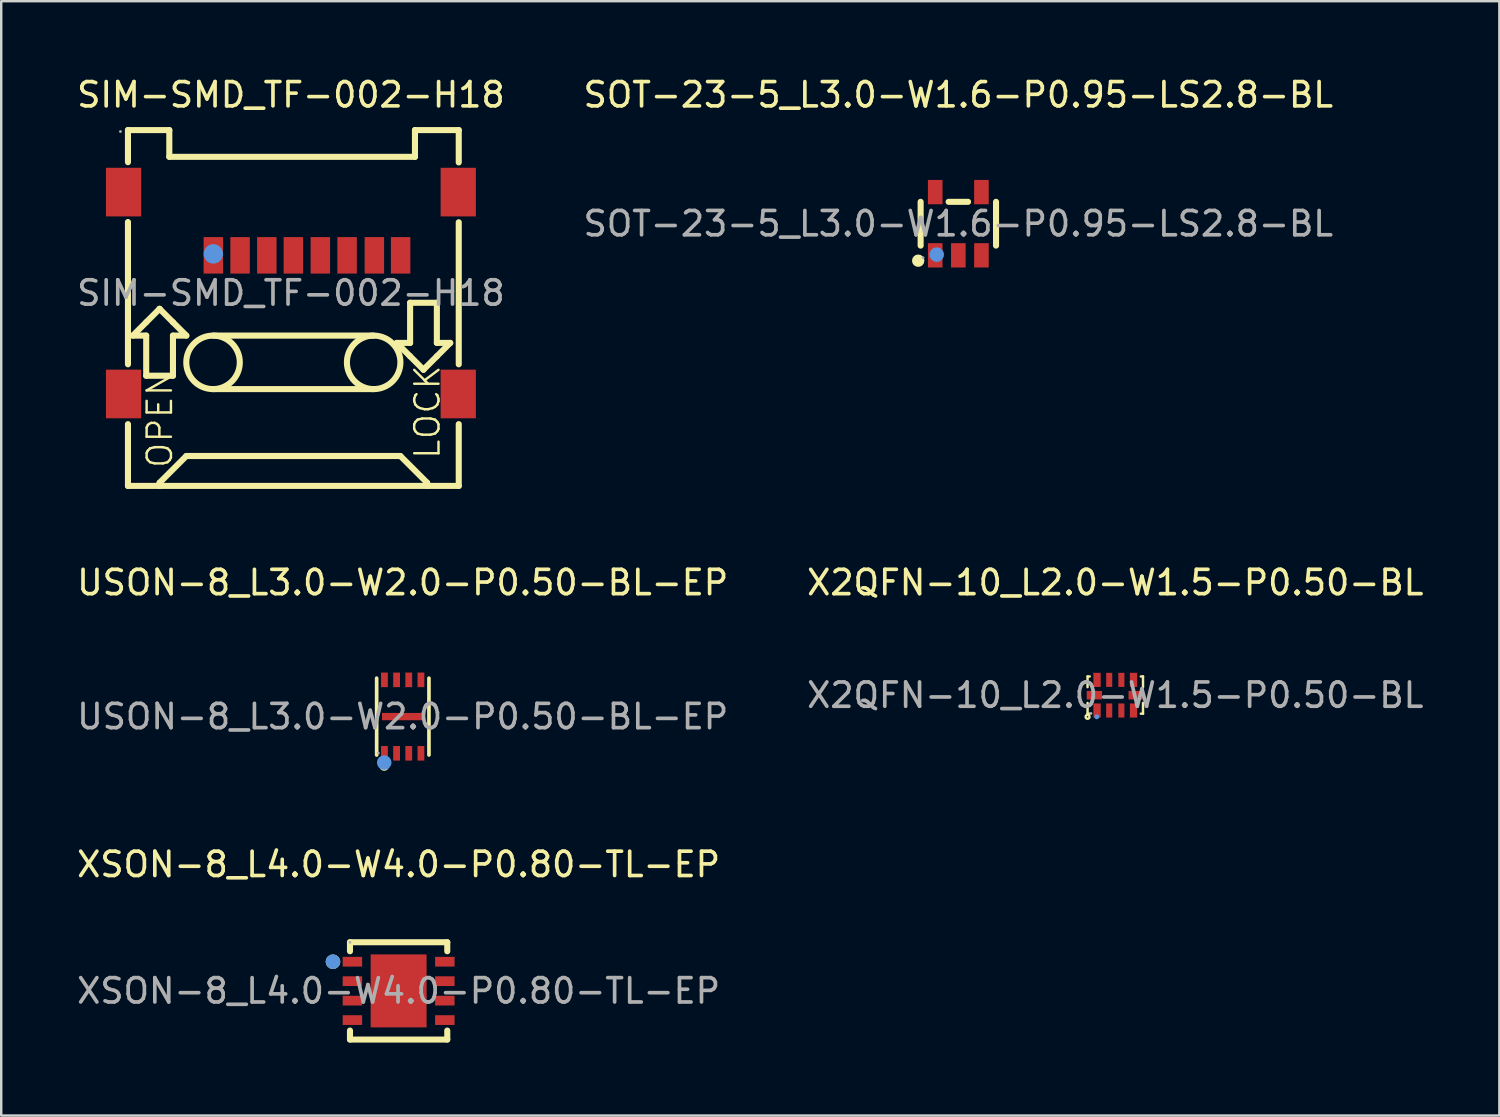
<source format=kicad_pcb>
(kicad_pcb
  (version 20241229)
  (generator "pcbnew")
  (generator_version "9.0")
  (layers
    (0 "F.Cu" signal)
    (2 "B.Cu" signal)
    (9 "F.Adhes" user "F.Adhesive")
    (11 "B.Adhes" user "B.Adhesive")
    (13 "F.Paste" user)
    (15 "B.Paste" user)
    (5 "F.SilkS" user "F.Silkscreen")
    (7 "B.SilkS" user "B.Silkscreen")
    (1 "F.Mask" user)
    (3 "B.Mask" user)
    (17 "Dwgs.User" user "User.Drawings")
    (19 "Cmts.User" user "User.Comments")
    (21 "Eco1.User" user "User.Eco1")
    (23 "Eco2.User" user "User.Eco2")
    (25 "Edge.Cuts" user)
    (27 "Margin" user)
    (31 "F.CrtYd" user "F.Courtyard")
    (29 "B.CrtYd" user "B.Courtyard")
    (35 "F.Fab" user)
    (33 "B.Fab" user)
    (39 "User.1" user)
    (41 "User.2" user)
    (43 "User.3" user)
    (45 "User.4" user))
  (footprint "XSON-8_L4.0-W4.0-P0.80-TL-EP"
    (layer "F.Cu")
    (at 13.339 37.69)
    (property "Reference" "XSON-8_L4.0-W4.0-P0.80-TL-EP" (at 0 -5.2 0) (layer "F.SilkS") (effects (font (size 1 1) (thickness 0.15))))
    (attr smd)
    (fp_line (start -2 -2) (end 2 -2) (stroke (width 0.25) (type solid)) (layer "F.SilkS"))
    (fp_line (start -2 -1.63) (end -2 -2) (stroke (width 0.25) (type solid)) (layer "F.SilkS"))
    (fp_line (start -2 2) (end -2 1.63) (stroke (width 0.25) (type solid)) (layer "F.SilkS"))
    (fp_line (start 2 -2) (end 2 -1.63) (stroke (width 0.25) (type solid)) (layer "F.SilkS"))
    (fp_line (start 2 1.63) (end 2 2) (stroke (width 0.25) (type solid)) (layer "F.SilkS"))
    (fp_line (start 2 2) (end -2 2) (stroke (width 0.25) (type solid)) (layer "F.SilkS"))
    (fp_circle (center -2.7 -1.2) (end -2.55 -1.2) (stroke (width 0.3) (type solid)) (fill no) (layer "F.SilkS"))
    (fp_circle (center -2.7 -1.2) (end -2.55 -1.2) (stroke (width 0.3) (type solid)) (fill no) (layer "Cmts.User"))
    (fp_circle (center -2 -2) (end -1.97 -2) (stroke (width 0.06) (type solid)) (fill no) (layer "F.Fab"))
    (fp_text user "${REFERENCE}" (at 0 0 0) (layer "F.Fab") (effects (font (size 1 1) (thickness 0.15))))
    (pad "1" smd rect (at -1.9 -1.2 90) (size 0.4 0.8) (layers "F.Cu" "F.Mask" "F.Paste"))
    (pad "2" smd rect (at -1.9 -0.4 90) (size 0.4 0.8) (layers "F.Cu" "F.Mask" "F.Paste"))
    (pad "3" smd rect (at -1.9 0.4 90) (size 0.4 0.8) (layers "F.Cu" "F.Mask" "F.Paste"))
    (pad "4" smd rect (at -1.9 1.2 90) (size 0.4 0.8) (layers "F.Cu" "F.Mask" "F.Paste"))
    (pad "5" smd rect (at 1.9 1.2 90) (size 0.4 0.8) (layers "F.Cu" "F.Mask" "F.Paste"))
    (pad "6" smd rect (at 1.9 0.4 270) (size 0.4 0.8) (layers "F.Cu" "F.Mask" "F.Paste"))
    (pad "7" smd rect (at 1.9 -0.4 270) (size 0.4 0.8) (layers "F.Cu" "F.Mask" "F.Paste"))
    (pad "8" smd rect (at 1.9 -1.2 270) (size 0.4 0.8) (layers "F.Cu" "F.Mask" "F.Paste"))
    (pad "9" smd rect (at 0 0 180) (size 2.3 3) (layers "F.Cu" "F.Mask" "F.Paste")))
  (footprint "SOT-23-5_L3.0-W1.6-P0.95-LS2.8-BL"
    (layer "F.Cu")
    (at 36.351 6.148)
    (property "Reference" "SOT-23-5_L3.0-W1.6-P0.95-LS2.8-BL" (at 0 -5.3 0) (layer "F.SilkS") (effects (font (size 1 1) (thickness 0.15))))
    (attr smd)
    (fp_line (start -1.55 -0.9) (end -1.55 0.9) (stroke (width 0.25) (type solid)) (layer "F.SilkS"))
    (fp_line (start -0.4 -0.9) (end 0.4 -0.9) (stroke (width 0.25) (type solid)) (layer "F.SilkS"))
    (fp_line (start 1.55 -0.9) (end 1.55 0.9) (stroke (width 0.25) (type solid)) (layer "F.SilkS"))
    (fp_circle (center -1.65 1.52) (end -1.52 1.52) (stroke (width 0.25) (type solid)) (fill no) (layer "F.SilkS"))
    (fp_circle (center -0.89 1.27) (end -0.74 1.27) (stroke (width 0.3) (type solid)) (fill no) (layer "Cmts.User"))
    (fp_circle (center -1.45 1.4) (end -1.42 1.4) (stroke (width 0.06) (type solid)) (fill no) (layer "F.Fab"))
    (fp_text user "${REFERENCE}" (at 0 0 0) (layer "F.Fab") (effects (font (size 1 1) (thickness 0.15))))
    (pad "1" smd rect (at -0.95 1.3 270) (size 1 0.6) (layers "F.Cu" "F.Mask" "F.Paste"))
    (pad "2" smd rect (at 0 1.3 270) (size 1 0.6) (layers "F.Cu" "F.Mask" "F.Paste"))
    (pad "3" smd rect (at 0.95 1.3 270) (size 1 0.6) (layers "F.Cu" "F.Mask" "F.Paste"))
    (pad "4" smd rect (at 0.95 -1.3 270) (size 1 0.6) (layers "F.Cu" "F.Mask" "F.Paste"))
    (pad "5" smd rect (at -0.95 -1.3 270) (size 1 0.6) (layers "F.Cu" "F.Mask" "F.Paste")))
  (footprint "USON-8_L3.0-W2.0-P0.50-BL-EP"
    (layer "F.Cu")
    (at 13.506 26.412)
    (property "Reference" "USON-8_L3.0-W2.0-P0.50-BL-EP" (at 0 -5.51 0) (layer "F.SilkS") (effects (font (size 1 1) (thickness 0.15))))
    (attr smd)
    (fp_line (start -1.07 -1.58) (end -1.07 1.58) (stroke (width 0.15) (type solid)) (layer "F.SilkS"))
    (fp_line (start 1.08 1.58) (end 1.08 -1.58) (stroke (width 0.15) (type solid)) (layer "F.SilkS"))
    (fp_circle (center -0.76 2.03) (end -0.66 2.03) (stroke (width 0.2) (type solid)) (fill no) (layer "F.SilkS"))
    (fp_circle (center -0.76 1.89) (end -0.61 1.89) (stroke (width 0.3) (type solid)) (fill no) (layer "Cmts.User"))
    (fp_circle (center -1 1.5) (end -0.97 1.5) (stroke (width 0.06) (type solid)) (fill no) (layer "F.Fab"))
    (fp_text user "${REFERENCE}" (at 0 0 0) (layer "F.Fab") (effects (font (size 1 1) (thickness 0.15))))
    (pad "1" smd rect (at -0.75 1.51 270) (size 0.6 0.28) (layers "F.Cu" "F.Mask" "F.Paste"))
    (pad "2" smd rect (at -0.25 1.51 270) (size 0.6 0.28) (layers "F.Cu" "F.Mask" "F.Paste"))
    (pad "3" smd rect (at 0.25 1.51 270) (size 0.6 0.28) (layers "F.Cu" "F.Mask" "F.Paste"))
    (pad "4" smd rect (at 0.75 1.51 270) (size 0.6 0.28) (layers "F.Cu" "F.Mask" "F.Paste"))
    (pad "5" smd rect (at 0.75 -1.51 270) (size 0.6 0.28) (layers "F.Cu" "F.Mask" "F.Paste"))
    (pad "6" smd rect (at 0.25 -1.51 270) (size 0.6 0.28) (layers "F.Cu" "F.Mask" "F.Paste"))
    (pad "7" smd rect (at -0.25 -1.51 270) (size 0.6 0.28) (layers "F.Cu" "F.Mask" "F.Paste"))
    (pad "8" smd rect (at -0.75 -1.51 270) (size 0.6 0.28) (layers "F.Cu" "F.Mask" "F.Paste"))
    (pad "9" smd rect (at 0 0 90) (size 0.3 1.7) (layers "F.Cu" "F.Mask" "F.Paste")))
  (footprint "X2QFN-10_L2.0-W1.5-P0.50-BL"
    (layer "F.Cu")
    (at 42.804 25.532)
    (property "Reference" "X2QFN-10_L2.0-W1.5-P0.50-BL" (at 0 -4.63 0) (layer "F.SilkS") (effects (font (size 1 1) (thickness 0.15))))
    (attr smd)
    (fp_line (start -1.14 -0.77) (end -1.14 -0.33) (stroke (width 0.1) (type solid)) (layer "F.SilkS"))
    (fp_line (start -1.14 0.32) (end -1.14 0.76) (stroke (width 0.1) (type solid)) (layer "F.SilkS"))
    (fp_line (start -1.14 0.76) (end -1.05 0.76) (stroke (width 0.1) (type solid)) (layer "F.SilkS"))
    (fp_line (start -1.05 -0.77) (end -1.14 -0.77) (stroke (width 0.1) (type solid)) (layer "F.SilkS"))
    (fp_line (start 1.05 0.76) (end 1.14 0.76) (stroke (width 0.1) (type solid)) (layer "F.SilkS"))
    (fp_line (start 1.14 -0.77) (end 1.05 -0.77) (stroke (width 0.1) (type solid)) (layer "F.SilkS"))
    (fp_line (start 1.14 -0.33) (end 1.14 -0.77) (stroke (width 0.1) (type solid)) (layer "F.SilkS"))
    (fp_line (start 1.14 0.76) (end 1.14 0.32) (stroke (width 0.1) (type solid)) (layer "F.SilkS"))
    (fp_circle (center -1.14 0.89) (end -1.06 0.89) (stroke (width 0.1) (type solid)) (fill no) (layer "F.SilkS"))
    (fp_circle (center -0.76 0.89) (end -0.71 0.89) (stroke (width 0.1) (type solid)) (fill no) (layer "Cmts.User"))
    (fp_circle (center -1 0.75) (end -0.97 0.75) (stroke (width 0.06) (type solid)) (fill no) (layer "F.Fab"))
    (fp_text user "${REFERENCE}" (at 0 0 0) (layer "F.Fab") (effects (font (size 1 1) (thickness 0.15))))
    (pad "1" smd rect (at -0.75 0.63) (size 0.3 0.58) (layers "F.Cu" "F.Mask" "F.Paste"))
    (pad "2" smd rect (at -0.25 0.63) (size 0.25 0.58) (layers "F.Cu" "F.Mask" "F.Paste"))
    (pad "3" smd rect (at 0.25 0.63) (size 0.25 0.58) (layers "F.Cu" "F.Mask" "F.Paste"))
    (pad "4" smd rect (at 0.75 0.63) (size 0.3 0.58) (layers "F.Cu" "F.Mask" "F.Paste"))
    (pad "5" smd rect (at 0.86 0 90) (size 0.35 0.63) (layers "F.Cu" "F.Mask" "F.Paste"))
    (pad "6" smd rect (at 0.75 -0.63) (size 0.3 0.58) (layers "F.Cu" "F.Mask" "F.Paste"))
    (pad "7" smd rect (at 0.25 -0.63) (size 0.25 0.58) (layers "F.Cu" "F.Mask" "F.Paste"))
    (pad "8" smd rect (at -0.25 -0.63) (size 0.25 0.58) (layers "F.Cu" "F.Mask" "F.Paste"))
    (pad "9" smd rect (at -0.75 -0.63) (size 0.3 0.58) (layers "F.Cu" "F.Mask" "F.Paste"))
    (pad "10" smd rect (at -0.86 0 90) (size 0.35 0.63) (layers "F.Cu" "F.Mask" "F.Paste")))
  (footprint "SIM-SMD_TF-002-H18"
    (layer "F.Cu")
    (at 8.911 8.998)
    (property "Reference" "SIM-SMD_TF-002-H18" (at 0 -8.15 0) (layer "F.SilkS") (effects (font (size 1 1) (thickness 0.15))))
    (attr smd)
    (fp_line (start -6.7 -6.7) (end -5 -6.7) (stroke (width 0.25) (type solid)) (layer "F.SilkS"))
    (fp_line (start -6.7 -5.38) (end -6.7 -6.7) (stroke (width 0.25) (type solid)) (layer "F.SilkS"))
    (fp_line (start -6.7 -2.92) (end -6.7 2.93) (stroke (width 0.25) (type solid)) (layer "F.SilkS"))
    (fp_line (start -6.7 5.39) (end -6.7 7.93) (stroke (width 0.25) (type solid)) (layer "F.SilkS"))
    (fp_line (start -6.5 1.75) (end -5.95 1.2) (stroke (width 0.25) (type solid)) (layer "F.SilkS"))
    (fp_line (start -5.95 1.2) (end -5.4 0.65) (stroke (width 0.25) (type solid)) (layer "F.SilkS"))
    (fp_line (start -5.95 1.75) (end -6.5 1.75) (stroke (width 0.25) (type solid)) (layer "F.SilkS"))
    (fp_line (start -5.95 3.4) (end -5.95 1.75) (stroke (width 0.25) (type solid)) (layer "F.SilkS"))
    (fp_line (start -5.4 0.65) (end -5.4 0.65) (stroke (width 0.25) (type solid)) (layer "F.SilkS"))
    (fp_line (start -5.4 0.65) (end -4.85 1.2) (stroke (width 0.25) (type solid)) (layer "F.SilkS"))
    (fp_line (start -5.4 7.8) (end -4.3 6.7) (stroke (width 0.25) (type solid)) (layer "F.SilkS"))
    (fp_line (start -5.4 7.93) (end -5.4 7.8) (stroke (width 0.25) (type solid)) (layer "F.SilkS"))
    (fp_line (start -5 -6.7) (end -5 -5.6) (stroke (width 0.25) (type solid)) (layer "F.SilkS"))
    (fp_line (start -5 -5.6) (end 5.1 -5.6) (stroke (width 0.25) (type solid)) (layer "F.SilkS"))
    (fp_line (start -4.85 1.2) (end -4.3 1.75) (stroke (width 0.25) (type solid)) (layer "F.SilkS"))
    (fp_line (start -4.85 1.75) (end -4.85 3.4) (stroke (width 0.25) (type solid)) (layer "F.SilkS"))
    (fp_line (start -4.85 3.4) (end -5.95 3.4) (stroke (width 0.25) (type solid)) (layer "F.SilkS"))
    (fp_line (start -4.3 1.75) (end -4.85 1.75) (stroke (width 0.25) (type solid)) (layer "F.SilkS"))
    (fp_line (start -4.3 6.7) (end 4.5 6.7) (stroke (width 0.25) (type solid)) (layer "F.SilkS"))
    (fp_line (start -3.2 1.75) (end 3.4 1.75) (stroke (width 0.25) (type solid)) (layer "F.SilkS"))
    (fp_line (start -3.2 3.95) (end 3.4 3.95) (stroke (width 0.25) (type solid)) (layer "F.SilkS"))
    (fp_line (start 4.35 2.05) (end 4.9 2.05) (stroke (width 0.25) (type solid)) (layer "F.SilkS"))
    (fp_line (start 4.5 6.7) (end 5.6 7.8) (stroke (width 0.25) (type solid)) (layer "F.SilkS"))
    (fp_line (start 4.9 0.4) (end 6 0.4) (stroke (width 0.25) (type solid)) (layer "F.SilkS"))
    (fp_line (start 4.9 2.05) (end 4.9 0.4) (stroke (width 0.25) (type solid)) (layer "F.SilkS"))
    (fp_line (start 4.9 2.6) (end 4.35 2.05) (stroke (width 0.25) (type solid)) (layer "F.SilkS"))
    (fp_line (start 5.1 -6.7) (end 6.9 -6.7) (stroke (width 0.25) (type solid)) (layer "F.SilkS"))
    (fp_line (start 5.1 -5.6) (end 5.1 -6.7) (stroke (width 0.25) (type solid)) (layer "F.SilkS"))
    (fp_line (start 5.45 3.15) (end 4.9 2.6) (stroke (width 0.25) (type solid)) (layer "F.SilkS"))
    (fp_line (start 5.45 3.15) (end 5.45 3.15) (stroke (width 0.25) (type solid)) (layer "F.SilkS"))
    (fp_line (start 5.6 7.8) (end 5.6 7.93) (stroke (width 0.25) (type solid)) (layer "F.SilkS"))
    (fp_line (start 6 0.4) (end 6 2.05) (stroke (width 0.25) (type solid)) (layer "F.SilkS"))
    (fp_line (start 6 2.05) (end 6.55 2.05) (stroke (width 0.25) (type solid)) (layer "F.SilkS"))
    (fp_line (start 6 2.6) (end 5.45 3.15) (stroke (width 0.25) (type solid)) (layer "F.SilkS"))
    (fp_line (start 6.55 2.05) (end 6 2.6) (stroke (width 0.25) (type solid)) (layer "F.SilkS"))
    (fp_line (start 6.9 -6.7) (end 6.9 -5.37) (stroke (width 0.25) (type solid)) (layer "F.SilkS"))
    (fp_line (start 6.9 -2.91) (end 6.9 2.93) (stroke (width 0.25) (type solid)) (layer "F.SilkS"))
    (fp_line (start 6.9 5.39) (end 6.9 7.93) (stroke (width 0.25) (type solid)) (layer "F.SilkS"))
    (fp_line (start 6.9 7.93) (end -6.7 7.93) (stroke (width 0.25) (type solid)) (layer "F.SilkS"))
    (fp_arc (start -3.180802 1.750168) (mid -3.209599 3.949958) (end -3.2 1.75) (stroke (width 0.25) (type solid)) (layer "F.SilkS"))
    (fp_arc (start 3.380802 3.949832) (mid 3.409599 1.750042) (end 3.4 3.95) (stroke (width 0.25) (type solid)) (layer "F.SilkS"))
    (fp_circle (center -3.19 -1.61) (end -2.99 -1.61) (stroke (width 0.4) (type solid)) (fill no) (layer "Cmts.User"))
    (fp_circle (center -7.01 -6.64) (end -6.98 -6.64) (stroke (width 0.06) (type solid)) (fill no) (layer "F.Fab"))
    (fp_text user "OPEN" (at -5.39 7.26 90) (layer "F.SilkS") (effects (font (size 1 1) (thickness 0.1)) (justify left)))
    (fp_text user "LOCK" (at 5.61 6.89 270) (layer "F.SilkS") (effects (font (size 1 1) (thickness 0.1)) (justify left)))
    (fp_text user "${REFERENCE}" (at 0 0 0) (layer "F.Fab") (effects (font (size 1 1) (thickness 0.15))))
    (pad "1" smd rect (at -3.19 -1.55 270) (size 1.5 0.8) (layers "F.Cu" "F.Mask" "F.Paste"))
    (pad "2" smd rect (at -2.09 -1.55 270) (size 1.5 0.8) (layers "F.Cu" "F.Mask" "F.Paste"))
    (pad "3" smd rect (at -0.99 -1.55 270) (size 1.5 0.8) (layers "F.Cu" "F.Mask" "F.Paste"))
    (pad "4" smd rect (at 0.1 -1.55 270) (size 1.5 0.8) (layers "F.Cu" "F.Mask" "F.Paste"))
    (pad "5" smd rect (at 1.21 -1.55 270) (size 1.5 0.8) (layers "F.Cu" "F.Mask" "F.Paste"))
    (pad "6" smd rect (at 2.31 -1.55 270) (size 1.5 0.8) (layers "F.Cu" "F.Mask" "F.Paste"))
    (pad "7" smd rect (at 3.43 -1.55 270) (size 1.5 0.8) (layers "F.Cu" "F.Mask" "F.Paste"))
    (pad "8" smd rect (at 4.51 -1.55 270) (size 1.5 0.8) (layers "F.Cu" "F.Mask" "F.Paste"))
    (pad "9" smd rect (at 6.88 -4.15 270) (size 2 1.45) (layers "F.Cu" "F.Mask" "F.Paste"))
    (pad "10" smd rect (at -6.88 -4.15 270) (size 2 1.45) (layers "F.Cu" "F.Mask" "F.Paste"))
    (pad "11" smd rect (at -6.88 4.15 270) (size 2 1.45) (layers "F.Cu" "F.Mask" "F.Paste"))
    (pad "12" smd rect (at 6.88 4.15 270) (size 2 1.45) (layers "F.Cu" "F.Mask" "F.Paste")))
  (gr_rect
    (start -3 -3)
    (end 58.595 42.815)
    (stroke (width 0.1) (type default))
    (fill no)
    (layer "Edge.Cuts")))
</source>
